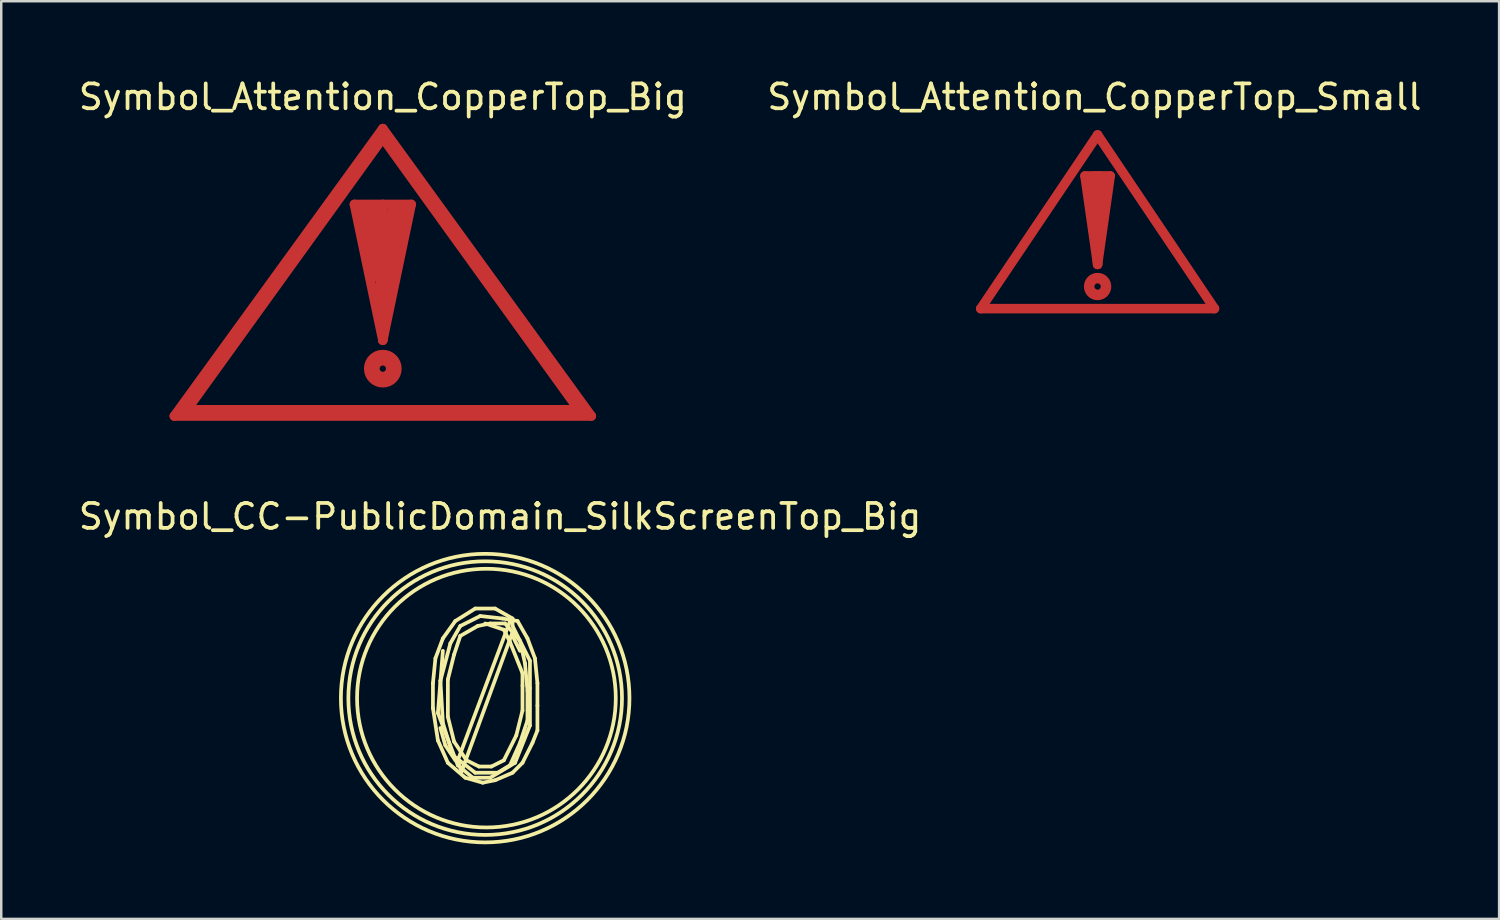
<source format=kicad_pcb>
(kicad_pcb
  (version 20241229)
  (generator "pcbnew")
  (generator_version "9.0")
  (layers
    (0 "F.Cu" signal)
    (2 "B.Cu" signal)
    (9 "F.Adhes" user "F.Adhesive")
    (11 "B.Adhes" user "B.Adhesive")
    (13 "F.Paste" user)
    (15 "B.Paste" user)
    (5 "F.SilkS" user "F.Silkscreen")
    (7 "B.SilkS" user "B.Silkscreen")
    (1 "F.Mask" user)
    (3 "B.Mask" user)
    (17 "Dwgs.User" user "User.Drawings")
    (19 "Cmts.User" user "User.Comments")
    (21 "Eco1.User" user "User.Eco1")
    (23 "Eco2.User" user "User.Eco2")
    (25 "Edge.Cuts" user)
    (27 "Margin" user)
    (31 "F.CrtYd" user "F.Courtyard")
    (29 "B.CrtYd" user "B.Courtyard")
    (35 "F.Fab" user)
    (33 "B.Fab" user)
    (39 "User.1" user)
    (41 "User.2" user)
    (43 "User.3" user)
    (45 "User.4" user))
  (footprint "Symbol_Attention_CopperTop_Small"
    (layer "F.Cu")
    (at 41.073 6.563)
    (property "Reference" "Symbol_Attention_CopperTop_Small" (at -0.127 -5.715 0) (layer "F.SilkS") (effects (font (size 1 1) (thickness 0.15))))
    (attr through_hole)
    (fp_line (start -4.699 2.794) (end 0 -4.191) (stroke (width 0.381) (type solid)) (layer "F.Cu"))
    (fp_line (start -0.508 -2.54) (end 0 -2.54) (stroke (width 0.381) (type solid)) (layer "F.Cu"))
    (fp_line (start 0 -4.191) (end 4.699 2.794) (stroke (width 0.381) (type solid)) (layer "F.Cu"))
    (fp_line (start 0 -2.54) (end 0.508 -2.54) (stroke (width 0.381) (type solid)) (layer "F.Cu"))
    (fp_line (start 0 0.889) (end 0.127 -2.54) (stroke (width 0.381) (type solid)) (layer "F.Cu"))
    (fp_line (start 0 1.016) (end -0.508 -2.54) (stroke (width 0.381) (type solid)) (layer "F.Cu"))
    (fp_line (start 0 1.016) (end -0.127 -2.54) (stroke (width 0.381) (type solid)) (layer "F.Cu"))
    (fp_line (start 0.508 -2.54) (end 0 1.016) (stroke (width 0.381) (type solid)) (layer "F.Cu"))
    (fp_line (start 4.699 2.794) (end -4.699 2.794) (stroke (width 0.381) (type solid)) (layer "F.Cu"))
    (fp_circle (center 0 1.905) (end 0 2.032) (stroke (width 0.381) (type solid)) (fill no) (layer "F.Cu"))
    (fp_circle (center 0 1.905) (end 0.254 2.159) (stroke (width 0.381) (type solid)) (fill no) (layer "F.Cu")))
  (footprint "Symbol_CC-PublicDomain_SilkScreenTop_Big"
    (layer "F.Cu")
    (at 16.454 25.014)
    (property "Reference" "Symbol_CC-PublicDomain_SilkScreenTop_Big" (at 0.599 -7.3 0) (layer "F.SilkS") (effects (font (size 1 1) (thickness 0.15))))
    (attr through_hole)
    (fp_line (start -2.1 -0.6) (end -2 -1.6) (stroke (width 0.15) (type solid)) (layer "F.SilkS"))
    (fp_line (start -2.1 0.4) (end -2.1 -0.6) (stroke (width 0.15) (type solid)) (layer "F.SilkS"))
    (fp_line (start -2 -1.6) (end -1.7 -2.4) (stroke (width 0.15) (type solid)) (layer "F.SilkS"))
    (fp_line (start -1.9 0.6) (end -1.7 -1.9) (stroke (width 0.15) (type solid)) (layer "F.SilkS"))
    (fp_line (start -1.9 1.7) (end -2.1 0.4) (stroke (width 0.15) (type solid)) (layer "F.SilkS"))
    (fp_line (start -1.8 -0.7) (end -1.4 -2.2) (stroke (width 0.15) (type solid)) (layer "F.SilkS"))
    (fp_line (start -1.8 1.2) (end -1.6 1.9) (stroke (width 0.15) (type solid)) (layer "F.SilkS"))
    (fp_line (start -1.7 -2.4) (end -1.2 -3.1) (stroke (width 0.15) (type solid)) (layer "F.SilkS"))
    (fp_line (start -1.7 1) (end -1.8 -0.7) (stroke (width 0.15) (type solid)) (layer "F.SilkS"))
    (fp_line (start -1.6 1.9) (end -1.2 2.5) (stroke (width 0.15) (type solid)) (layer "F.SilkS"))
    (fp_line (start -1.5 -0.75) (end -1.25 -1.75) (stroke (width 0.15) (type solid)) (layer "F.SilkS"))
    (fp_line (start -1.5 0.75) (end -1.5 -0.75) (stroke (width 0.15) (type solid)) (layer "F.SilkS"))
    (fp_line (start -1.5 2.6) (end -1.9 1.7) (stroke (width 0.15) (type solid)) (layer "F.SilkS"))
    (fp_line (start -1.4 -2.2) (end -1 -2.9) (stroke (width 0.15) (type solid)) (layer "F.SilkS"))
    (fp_line (start -1.3 2.3) (end -1.7 1) (stroke (width 0.15) (type solid)) (layer "F.SilkS"))
    (fp_line (start -1.25 -1.75) (end -1 -2.5) (stroke (width 0.15) (type solid)) (layer "F.SilkS"))
    (fp_line (start -1.25 1.75) (end -1.5 0.75) (stroke (width 0.15) (type solid)) (layer "F.SilkS"))
    (fp_line (start -1.2 -3.1) (end -0.4 -3.6) (stroke (width 0.15) (type solid)) (layer "F.SilkS"))
    (fp_line (start -1.1 2.5) (end 1 -3.1) (stroke (width 0.15) (type solid)) (layer "F.SilkS"))
    (fp_line (start -1.1 2.7) (end -1.9 0.6) (stroke (width 0.15) (type solid)) (layer "F.SilkS"))
    (fp_line (start -1 -2.9) (end -0.2 -3.3) (stroke (width 0.15) (type solid)) (layer "F.SilkS"))
    (fp_line (start -1 -2.5) (end -0.3 -2.9) (stroke (width 0.15) (type solid)) (layer "F.SilkS"))
    (fp_line (start -0.95 2.95) (end -1.1 2.5) (stroke (width 0.15) (type solid)) (layer "F.SilkS"))
    (fp_line (start -0.8 3.2) (end -1.5 2.6) (stroke (width 0.15) (type solid)) (layer "F.SilkS"))
    (fp_line (start -0.75 2.5) (end -1.25 1.75) (stroke (width 0.15) (type solid)) (layer "F.SilkS"))
    (fp_line (start -0.5 3.2) (end -1.1 2.7) (stroke (width 0.15) (type solid)) (layer "F.SilkS"))
    (fp_line (start -0.4 -3.6) (end 0.4 -3.6) (stroke (width 0.15) (type solid)) (layer "F.SilkS"))
    (fp_line (start -0.4 3) (end -1.3 2.3) (stroke (width 0.15) (type solid)) (layer "F.SilkS"))
    (fp_line (start -0.3 -2.9) (end 0.2 -3) (stroke (width 0.15) (type solid)) (layer "F.SilkS"))
    (fp_line (start -0.25 2.75) (end -0.75 2.5) (stroke (width 0.15) (type solid)) (layer "F.SilkS"))
    (fp_line (start -0.2 -3.3) (end 0.7 -3.2) (stroke (width 0.15) (type solid)) (layer "F.SilkS"))
    (fp_line (start -0.1 3.4) (end -0.8 3.2) (stroke (width 0.15) (type solid)) (layer "F.SilkS"))
    (fp_line (start 0 -3) (end 0.75 -2.75) (stroke (width 0.15) (type solid)) (layer "F.SilkS"))
    (fp_line (start 0.2 -3) (end 0.8 -3) (stroke (width 0.15) (type solid)) (layer "F.SilkS"))
    (fp_line (start 0.2 3.2) (end -0.5 3.2) (stroke (width 0.15) (type solid)) (layer "F.SilkS"))
    (fp_line (start 0.25 2.75) (end -0.25 2.75) (stroke (width 0.15) (type solid)) (layer "F.SilkS"))
    (fp_line (start 0.4 -3.6) (end 1.1 -3.2) (stroke (width 0.15) (type solid)) (layer "F.SilkS"))
    (fp_line (start 0.4 3.3) (end -0.1 3.4) (stroke (width 0.15) (type solid)) (layer "F.SilkS"))
    (fp_line (start 0.5 3) (end -0.4 3) (stroke (width 0.15) (type solid)) (layer "F.SilkS"))
    (fp_line (start 0.7 -3.2) (end 1.3 -3.1) (stroke (width 0.15) (type solid)) (layer "F.SilkS"))
    (fp_line (start 0.75 -2.75) (end 1 -2.25) (stroke (width 0.15) (type solid)) (layer "F.SilkS"))
    (fp_line (start 0.75 2.5) (end 0.25 2.75) (stroke (width 0.15) (type solid)) (layer "F.SilkS"))
    (fp_line (start 0.8 -3) (end 1.4 -2.3) (stroke (width 0.15) (type solid)) (layer "F.SilkS"))
    (fp_line (start 1 -2.25) (end 1.5 -1) (stroke (width 0.15) (type solid)) (layer "F.SilkS"))
    (fp_line (start 1 2.7) (end 0.5 3) (stroke (width 0.15) (type solid)) (layer "F.SilkS"))
    (fp_line (start 1.1 -3.2) (end 1.1 -2.9) (stroke (width 0.15) (type solid)) (layer "F.SilkS"))
    (fp_line (start 1.1 -2.9) (end 1.8 -1.5) (stroke (width 0.15) (type solid)) (layer "F.SilkS"))
    (fp_line (start 1.1 -2.65) (end -0.95 2.95) (stroke (width 0.15) (type solid)) (layer "F.SilkS"))
    (fp_line (start 1.1 -2.5) (end 1.4 -1.9) (stroke (width 0.15) (type solid)) (layer "F.SilkS"))
    (fp_line (start 1.1 3) (end 0.4 3.3) (stroke (width 0.15) (type solid)) (layer "F.SilkS"))
    (fp_line (start 1.2 2.6) (end 0.2 3.2) (stroke (width 0.15) (type solid)) (layer "F.SilkS"))
    (fp_line (start 1.25 1.5) (end 0.75 2.5) (stroke (width 0.15) (type solid)) (layer "F.SilkS"))
    (fp_line (start 1.3 -3.1) (end 1.7 -2.4) (stroke (width 0.15) (type solid)) (layer "F.SilkS"))
    (fp_line (start 1.4 -2.3) (end 1.6 -1.4) (stroke (width 0.15) (type solid)) (layer "F.SilkS"))
    (fp_line (start 1.4 1.8) (end 1 2.7) (stroke (width 0.15) (type solid)) (layer "F.SilkS"))
    (fp_line (start 1.5 -1) (end 1.5 -0.5) (stroke (width 0.15) (type solid)) (layer "F.SilkS"))
    (fp_line (start 1.5 -0.5) (end 1.5 0.5) (stroke (width 0.15) (type solid)) (layer "F.SilkS"))
    (fp_line (start 1.5 0.5) (end 1.25 1.5) (stroke (width 0.15) (type solid)) (layer "F.SilkS"))
    (fp_line (start 1.5 2.6) (end 1.1 3) (stroke (width 0.15) (type solid)) (layer "F.SilkS"))
    (fp_line (start 1.6 -1.4) (end 1.7 -0.3) (stroke (width 0.15) (type solid)) (layer "F.SilkS"))
    (fp_line (start 1.7 -2.4) (end 2 -1.6) (stroke (width 0.15) (type solid)) (layer "F.SilkS"))
    (fp_line (start 1.7 -0.3) (end 1.7 0.9) (stroke (width 0.15) (type solid)) (layer "F.SilkS"))
    (fp_line (start 1.7 0.9) (end 1.4 1.8) (stroke (width 0.15) (type solid)) (layer "F.SilkS"))
    (fp_line (start 1.8 -1.5) (end 1.8 -0.4) (stroke (width 0.15) (type solid)) (layer "F.SilkS"))
    (fp_line (start 1.8 -0.4) (end 1.8 1.1) (stroke (width 0.15) (type solid)) (layer "F.SilkS"))
    (fp_line (start 1.8 1.1) (end 1.2 2.6) (stroke (width 0.15) (type solid)) (layer "F.SilkS"))
    (fp_line (start 1.9 1.8) (end 1.5 2.6) (stroke (width 0.15) (type solid)) (layer "F.SilkS"))
    (fp_line (start 2 -1.6) (end 2.1 -0.6) (stroke (width 0.15) (type solid)) (layer "F.SilkS"))
    (fp_line (start 2.1 -0.6) (end 2.1 0.3) (stroke (width 0.15) (type solid)) (layer "F.SilkS"))
    (fp_line (start 2.1 0.3) (end 2.1 1.3) (stroke (width 0.15) (type solid)) (layer "F.SilkS"))
    (fp_line (start 2.1 1.3) (end 1.9 1.8) (stroke (width 0.15) (type solid)) (layer "F.SilkS"))
    (fp_circle (center 0 0) (end 5.5 0) (stroke (width 0.15) (type solid)) (fill no) (layer "F.SilkS"))
    (fp_circle (center 0 0) (end 5.8 -0.05) (stroke (width 0.15) (type solid)) (fill no) (layer "F.SilkS"))
    (fp_circle (center 0.05 0) (end 5.25 0) (stroke (width 0.15) (type solid)) (fill no) (layer "F.SilkS")))
  (footprint "Symbol_Attention_CopperTop_Big"
    (layer "F.Cu")
    (at 12.339 8.976)
    (property "Reference" "Symbol_Attention_CopperTop_Big" (at 0 -8.128 0) (layer "F.SilkS") (effects (font (size 1 1) (thickness 0.15))))
    (attr through_hole)
    (fp_line (start -8.382 4.699) (end 0 -6.858) (stroke (width 0.381) (type solid)) (layer "F.Cu"))
    (fp_line (start -7.874 4.445) (end 0 -6.477) (stroke (width 0.381) (type solid)) (layer "F.Cu"))
    (fp_line (start -1.143 -3.81) (end 0 -3.81) (stroke (width 0.381) (type solid)) (layer "F.Cu"))
    (fp_line (start -0.889 -3.556) (end -0.508 -2.159) (stroke (width 0.381) (type solid)) (layer "F.Cu"))
    (fp_line (start -0.508 -2.159) (end -0.635 -3.429) (stroke (width 0.381) (type solid)) (layer "F.Cu"))
    (fp_line (start -0.381 -3.556) (end -0.889 -3.556) (stroke (width 0.381) (type solid)) (layer "F.Cu"))
    (fp_line (start -0.381 -0.889) (end -0.381 -3.556) (stroke (width 0.381) (type solid)) (layer "F.Cu"))
    (fp_line (start -0.127 0.127) (end 0 -3.556) (stroke (width 0.381) (type solid)) (layer "F.Cu"))
    (fp_line (start 0 -6.858) (end 8.382 4.699) (stroke (width 0.381) (type solid)) (layer "F.Cu"))
    (fp_line (start 0 -6.477) (end 7.874 4.445) (stroke (width 0.381) (type solid)) (layer "F.Cu"))
    (fp_line (start 0 -3.81) (end 1.143 -3.81) (stroke (width 0.381) (type solid)) (layer "F.Cu"))
    (fp_line (start 0 -3.556) (end -0.381 -0.889) (stroke (width 0.381) (type solid)) (layer "F.Cu"))
    (fp_line (start 0 1.524) (end 0.381 -3.556) (stroke (width 0.381) (type solid)) (layer "F.Cu"))
    (fp_line (start 0 1.651) (end -1.143 -3.81) (stroke (width 0.381) (type solid)) (layer "F.Cu"))
    (fp_line (start 0 1.651) (end 0.762 -3.683) (stroke (width 0.381) (type solid)) (layer "F.Cu"))
    (fp_line (start 0.381 -3.556) (end -0.127 0.127) (stroke (width 0.381) (type solid)) (layer "F.Cu"))
    (fp_line (start 1.143 -3.81) (end 0 1.651) (stroke (width 0.381) (type solid)) (layer "F.Cu"))
    (fp_line (start 7.874 4.445) (end -7.874 4.445) (stroke (width 0.381) (type solid)) (layer "F.Cu"))
    (fp_line (start 8.382 4.699) (end -8.382 4.699) (stroke (width 0.381) (type solid)) (layer "F.Cu"))
    (fp_circle (center 0 2.794) (end 0 2.921) (stroke (width 0.381) (type solid)) (fill no) (layer "F.Cu"))
    (fp_circle (center 0 2.794) (end 0.127 2.921) (stroke (width 0.381) (type solid)) (fill no) (layer "F.Cu"))
    (fp_circle (center 0 2.794) (end 0.254 3.302) (stroke (width 0.381) (type solid)) (fill no) (layer "F.Cu")))
  (gr_rect
    (start -3 -3)
    (end 57.214 33.889)
    (stroke (width 0.1) (type default))
    (fill no)
    (layer "Edge.Cuts")))
</source>
